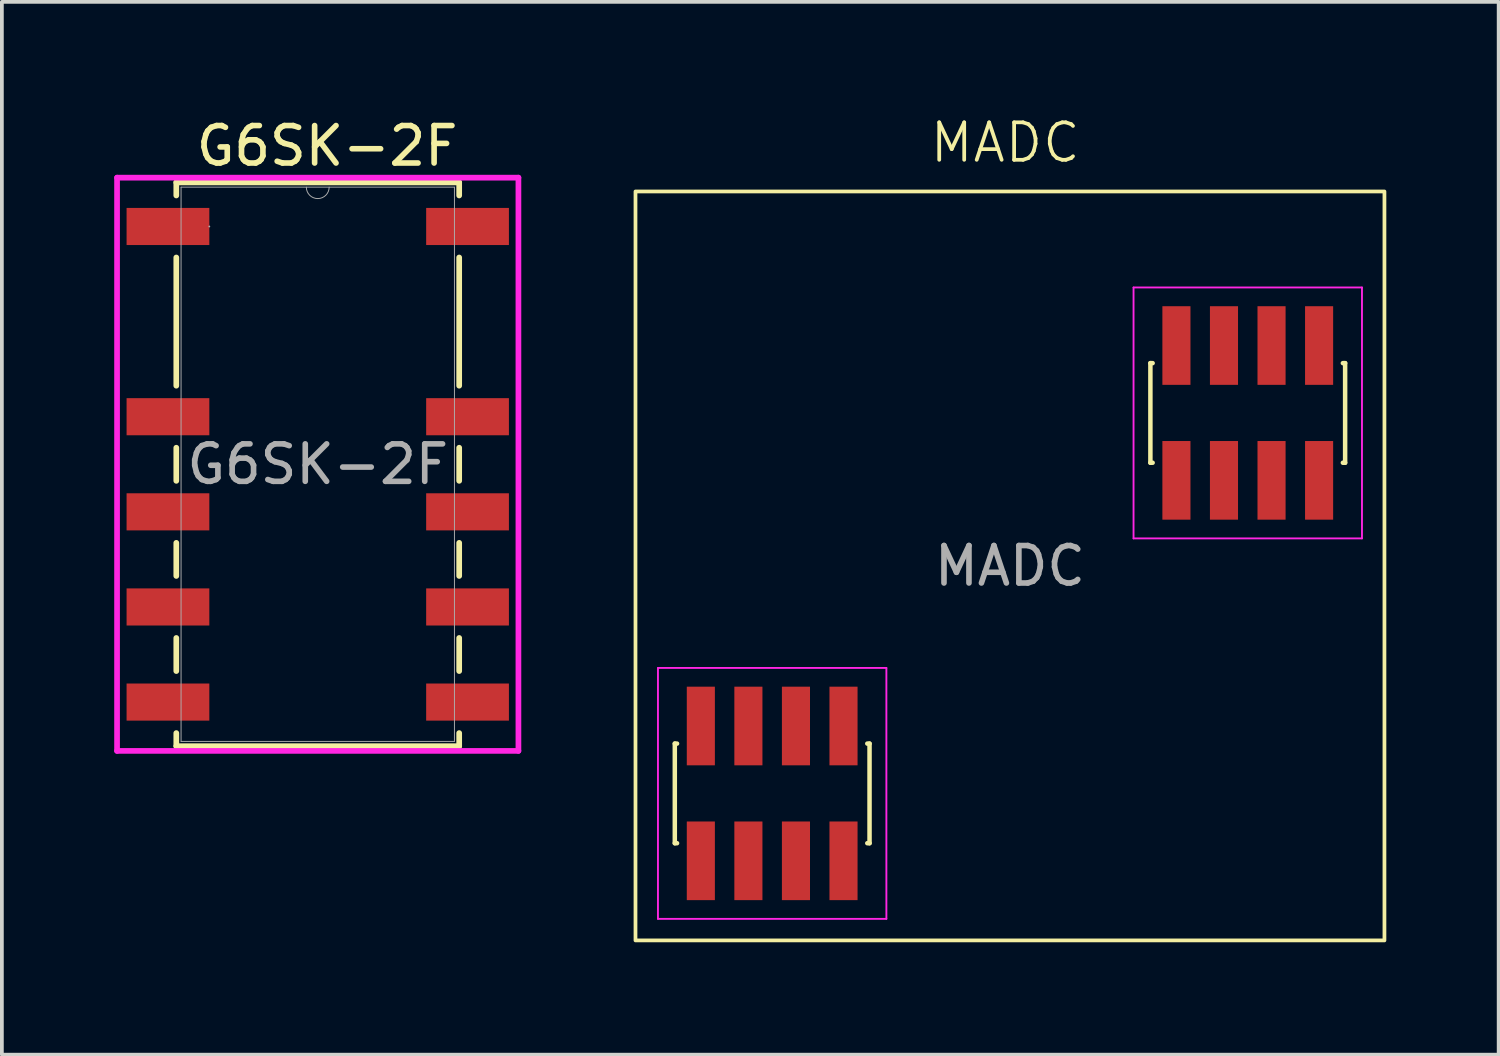
<source format=kicad_pcb>
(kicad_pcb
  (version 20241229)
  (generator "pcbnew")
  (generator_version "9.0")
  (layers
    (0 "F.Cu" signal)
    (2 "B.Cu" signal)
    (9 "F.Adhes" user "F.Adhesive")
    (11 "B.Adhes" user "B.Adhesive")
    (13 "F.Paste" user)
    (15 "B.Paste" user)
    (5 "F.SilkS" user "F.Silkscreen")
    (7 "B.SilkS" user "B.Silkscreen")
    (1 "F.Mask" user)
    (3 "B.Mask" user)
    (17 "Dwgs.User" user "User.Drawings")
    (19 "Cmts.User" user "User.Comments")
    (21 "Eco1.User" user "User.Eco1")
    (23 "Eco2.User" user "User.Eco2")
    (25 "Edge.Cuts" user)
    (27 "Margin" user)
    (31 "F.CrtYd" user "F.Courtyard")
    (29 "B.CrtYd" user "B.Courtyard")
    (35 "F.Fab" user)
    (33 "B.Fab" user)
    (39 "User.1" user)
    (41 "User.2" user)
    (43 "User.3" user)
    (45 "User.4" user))
  (footprint "MADC"
    (layer "F.Cu")
    (at 23.92 12.063)
    (property "Reference" "MADC" (at -0.127 -11.303 0) (unlocked yes) (layer "F.SilkS") (effects (font (size 1 1) (thickness 0.1))))
    (attr through_hole)
    (fp_line (start -8.95 4.744) (end -8.89 4.744) (stroke (width 0.12) (type solid)) (layer "F.SilkS"))
    (fp_line (start -8.95 7.404) (end -8.95 4.744) (stroke (width 0.12) (type solid)) (layer "F.SilkS"))
    (fp_line (start -8.95 7.404) (end -8.89 7.404) (stroke (width 0.12) (type solid)) (layer "F.SilkS"))
    (fp_line (start -3.81 4.744) (end -3.75 4.744) (stroke (width 0.12) (type solid)) (layer "F.SilkS"))
    (fp_line (start -3.81 7.404) (end -3.75 7.404) (stroke (width 0.12) (type solid)) (layer "F.SilkS"))
    (fp_line (start -3.75 7.404) (end -3.75 4.744) (stroke (width 0.12) (type solid)) (layer "F.SilkS"))
    (fp_line (start 3.75 -5.416) (end 3.81 -5.416) (stroke (width 0.12) (type solid)) (layer "F.SilkS"))
    (fp_line (start 3.75 -2.756) (end 3.75 -5.416) (stroke (width 0.12) (type solid)) (layer "F.SilkS"))
    (fp_line (start 3.75 -2.756) (end 3.81 -2.756) (stroke (width 0.12) (type solid)) (layer "F.SilkS"))
    (fp_line (start 8.89 -5.416) (end 8.95 -5.416) (stroke (width 0.12) (type solid)) (layer "F.SilkS"))
    (fp_line (start 8.89 -2.756) (end 8.95 -2.756) (stroke (width 0.12) (type solid)) (layer "F.SilkS"))
    (fp_line (start 8.95 -2.756) (end 8.95 -5.416) (stroke (width 0.12) (type solid)) (layer "F.SilkS"))
    (fp_rect (start -10 -10) (end 10 10) (stroke (width 0.1) (type default)) (fill no) (layer "F.SilkS"))
    (fp_line (start -9.4 2.724) (end -3.3 2.724) (stroke (width 0.05) (type solid)) (layer "F.CrtYd"))
    (fp_line (start -9.4 9.424) (end -9.4 2.724) (stroke (width 0.05) (type solid)) (layer "F.CrtYd"))
    (fp_line (start -3.3 2.724) (end -3.3 9.424) (stroke (width 0.05) (type solid)) (layer "F.CrtYd"))
    (fp_line (start -3.3 9.424) (end -9.4 9.424) (stroke (width 0.05) (type solid)) (layer "F.CrtYd"))
    (fp_line (start 3.3 -7.436) (end 9.4 -7.436) (stroke (width 0.05) (type solid)) (layer "F.CrtYd"))
    (fp_line (start 3.3 -0.736) (end 3.3 -7.436) (stroke (width 0.05) (type solid)) (layer "F.CrtYd"))
    (fp_line (start 9.4 -7.436) (end 9.4 -0.736) (stroke (width 0.05) (type solid)) (layer "F.CrtYd"))
    (fp_line (start 9.4 -0.736) (end 3.3 -0.736) (stroke (width 0.05) (type solid)) (layer "F.CrtYd"))
    (fp_text user "${REFERENCE}" (at 0 0 0) (unlocked yes) (layer "F.Fab") (effects (font (size 1 1) (thickness 0.15))))
    (pad "1" smd rect (at 8.255 -2.286 90) (size 2.1 0.75) (layers "F.Cu" "F.Mask" "F.Paste"))
    (pad "2" smd rect (at 8.255 -5.886 90) (size 2.1 0.75) (layers "F.Cu" "F.Mask" "F.Paste"))
    (pad "3" smd rect (at 6.985 -2.286 90) (size 2.1 0.75) (layers "F.Cu" "F.Mask" "F.Paste"))
    (pad "4" smd rect (at 6.985 -5.886 90) (size 2.1 0.75) (layers "F.Cu" "F.Mask" "F.Paste"))
    (pad "5" smd rect (at 5.715 -2.286 90) (size 2.1 0.75) (layers "F.Cu" "F.Mask" "F.Paste"))
    (pad "6" smd rect (at 5.715 -5.886 90) (size 2.1 0.75) (layers "F.Cu" "F.Mask" "F.Paste"))
    (pad "7" smd rect (at 4.445 -2.286 90) (size 2.1 0.75) (layers "F.Cu" "F.Mask" "F.Paste"))
    (pad "8" smd rect (at 4.445 -5.886 90) (size 2.1 0.75) (layers "F.Cu" "F.Mask" "F.Paste"))
    (pad "9" smd rect (at -8.255 4.274 90) (size 2.1 0.75) (layers "F.Cu" "F.Mask" "F.Paste"))
    (pad "10" smd rect (at -8.255 7.874 90) (size 2.1 0.75) (layers "F.Cu" "F.Mask" "F.Paste"))
    (pad "11" smd rect (at -6.985 4.274 90) (size 2.1 0.75) (layers "F.Cu" "F.Mask" "F.Paste"))
    (pad "12" smd rect (at -6.985 7.874 90) (size 2.1 0.75) (layers "F.Cu" "F.Mask" "F.Paste"))
    (pad "13" smd rect (at -5.715 4.274 90) (size 2.1 0.75) (layers "F.Cu" "F.Mask" "F.Paste"))
    (pad "14" smd rect (at -5.715 7.874 90) (size 2.1 0.75) (layers "F.Cu" "F.Mask" "F.Paste"))
    (pad "15" smd rect (at -4.445 4.274 90) (size 2.1 0.75) (layers "F.Cu" "F.Mask" "F.Paste"))
    (pad "16" smd rect (at -4.445 7.874 90) (size 2.1 0.75) (layers "F.Cu" "F.Mask" "F.Paste")))
  (footprint "G6SK-2F"
    (layer "F.Cu")
    (at 9.435 15.698)
    (property "Reference" "G6SK-2F" (at -3.75 -14.85 0) (unlocked yes) (layer "F.SilkS") (effects (font (size 1 1) (thickness 0.15))))
    (attr smd)
    (fp_line (start -7.777 -13.877) (end -7.777 -13.528) (stroke (width 0.152) (type solid)) (layer "F.SilkS"))
    (fp_line (start -7.777 -11.872) (end -7.777 -8.448) (stroke (width 0.152) (type solid)) (layer "F.SilkS"))
    (fp_line (start -7.777 -6.792) (end -7.777 -5.908) (stroke (width 0.152) (type solid)) (layer "F.SilkS"))
    (fp_line (start -7.777 -4.252) (end -7.777 -3.368) (stroke (width 0.152) (type solid)) (layer "F.SilkS"))
    (fp_line (start -7.777 -1.712) (end -7.777 -0.828) (stroke (width 0.152) (type solid)) (layer "F.SilkS"))
    (fp_line (start -7.777 0.828) (end -7.777 1.177) (stroke (width 0.152) (type solid)) (layer "F.SilkS"))
    (fp_line (start -7.777 1.177) (end -0.223 1.177) (stroke (width 0.152) (type solid)) (layer "F.SilkS"))
    (fp_line (start -0.223 -13.877) (end -7.777 -13.877) (stroke (width 0.152) (type solid)) (layer "F.SilkS"))
    (fp_line (start -0.223 -13.528) (end -0.223 -13.877) (stroke (width 0.152) (type solid)) (layer "F.SilkS"))
    (fp_line (start -0.223 -8.448) (end -0.223 -11.872) (stroke (width 0.152) (type solid)) (layer "F.SilkS"))
    (fp_line (start -0.223 -5.908) (end -0.223 -6.792) (stroke (width 0.152) (type solid)) (layer "F.SilkS"))
    (fp_line (start -0.223 -3.368) (end -0.223 -4.252) (stroke (width 0.152) (type solid)) (layer "F.SilkS"))
    (fp_line (start -0.223 -0.828) (end -0.223 -1.712) (stroke (width 0.152) (type solid)) (layer "F.SilkS"))
    (fp_line (start -0.223 1.177) (end -0.223 0.828) (stroke (width 0.152) (type solid)) (layer "F.SilkS"))
    (fp_line (start -9.359 -14.004) (end 1.359 -14.004) (stroke (width 0.152) (type solid)) (layer "F.CrtYd"))
    (fp_line (start -9.359 1.304) (end -9.359 -14.004) (stroke (width 0.152) (type solid)) (layer "F.CrtYd"))
    (fp_line (start 1.359 -14.004) (end 1.359 1.304) (stroke (width 0.152) (type solid)) (layer "F.CrtYd"))
    (fp_line (start 1.359 1.304) (end -9.359 1.304) (stroke (width 0.152) (type solid)) (layer "F.CrtYd"))
    (fp_line (start -7.65 -13.75) (end -7.65 1.05) (stroke (width 0.025) (type solid)) (layer "F.Fab"))
    (fp_line (start -7.65 1.05) (end -0.35 1.05) (stroke (width 0.025) (type solid)) (layer "F.Fab"))
    (fp_line (start -0.35 -13.75) (end -7.65 -13.75) (stroke (width 0.025) (type solid)) (layer "F.Fab"))
    (fp_line (start -0.35 1.05) (end -0.35 -13.75) (stroke (width 0.025) (type solid)) (layer "F.Fab"))
    (fp_arc (start -3.6952 -13.750001) (mid -4 -13.445201) (end -4.3048 -13.750001) (stroke (width 0.0254) (type solid)) (layer "F.Fab"))
    (fp_circle (center -6.895 -12.7) (end -6.895 -12.7) (stroke (width 0.025) (type solid)) (fill no) (layer "F.Fab"))
    (fp_text user "${REFERENCE}" (at -4 -6.35 0) (unlocked yes) (layer "F.Fab") (effects (font (size 1 1) (thickness 0.15))))
    (pad "1" smd rect (at -8 -12.7) (size 2.21 0.991) (layers "F.Cu" "F.Mask" "F.Paste"))
    (pad "3" smd rect (at -8 -7.62) (size 2.21 0.991) (layers "F.Cu" "F.Mask" "F.Paste"))
    (pad "4" smd rect (at -8 -5.08) (size 2.21 0.991) (layers "F.Cu" "F.Mask" "F.Paste"))
    (pad "5" smd rect (at -8 -2.54) (size 2.21 0.991) (layers "F.Cu" "F.Mask" "F.Paste"))
    (pad "6" smd rect (at -8 0) (size 2.21 0.991) (layers "F.Cu" "F.Mask" "F.Paste"))
    (pad "7" smd rect (at 0 0) (size 2.21 0.991) (layers "F.Cu" "F.Mask" "F.Paste"))
    (pad "8" smd rect (at 0 -2.54) (size 2.21 0.991) (layers "F.Cu" "F.Mask" "F.Paste"))
    (pad "9" smd rect (at 0 -5.08) (size 2.21 0.991) (layers "F.Cu" "F.Mask" "F.Paste"))
    (pad "10" smd rect (at 0 -7.62) (size 2.21 0.991) (layers "F.Cu" "F.Mask" "F.Paste"))
    (pad "12" smd rect (at 0 -12.7) (size 2.21 0.991) (layers "F.Cu" "F.Mask" "F.Paste")))
  (gr_rect
    (start -3 -3)
    (end 36.97 25.113)
    (stroke (width 0.1) (type default))
    (fill no)
    (layer "Edge.Cuts")))
</source>
